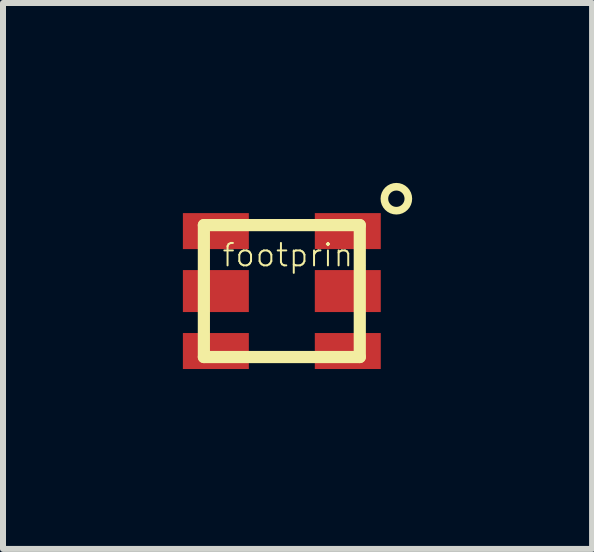
<source format=kicad_pcb>
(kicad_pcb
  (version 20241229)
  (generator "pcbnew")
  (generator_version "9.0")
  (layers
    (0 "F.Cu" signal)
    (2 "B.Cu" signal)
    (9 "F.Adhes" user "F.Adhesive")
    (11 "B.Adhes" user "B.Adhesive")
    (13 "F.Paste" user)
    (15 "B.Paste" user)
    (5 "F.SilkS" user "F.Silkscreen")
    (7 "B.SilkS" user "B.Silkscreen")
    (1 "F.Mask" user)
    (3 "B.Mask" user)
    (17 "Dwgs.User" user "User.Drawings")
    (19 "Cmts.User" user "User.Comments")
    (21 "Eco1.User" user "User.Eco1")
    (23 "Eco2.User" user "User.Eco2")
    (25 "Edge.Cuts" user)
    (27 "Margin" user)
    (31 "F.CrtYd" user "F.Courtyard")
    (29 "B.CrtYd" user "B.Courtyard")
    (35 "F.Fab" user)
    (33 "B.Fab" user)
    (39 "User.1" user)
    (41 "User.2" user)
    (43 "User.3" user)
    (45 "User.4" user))
  (footprint "footprint"
    (layer "F.Cu")
    (at 1.65 1.804)
    (property "Reference" "footprint" (at -1.016 -0.381 0) (layer "F.SilkS") (effects (font (size 0.374 0.374) (thickness 0.033)) (justify left bottom)))
    (fp_line (start -1.3 -1.1) (end -1.3 1.1) (stroke (width 0.203) (type solid)) (layer "F.SilkS"))
    (fp_line (start -1.3 -1.1) (end 1.3 -1.1) (stroke (width 0.203) (type solid)) (layer "F.SilkS"))
    (fp_line (start -1.3 1.1) (end 1.3 1.1) (stroke (width 0.203) (type solid)) (layer "F.SilkS"))
    (fp_line (start 1.3 -1.1) (end 1.3 1.1) (stroke (width 0.203) (type solid)) (layer "F.SilkS"))
    (fp_circle (center 1.91 -1.54) (end 2.11 -1.54) (stroke (width 0.127) (type solid)) (fill no) (layer "F.SilkS"))
    (pad "P1" smd rect (at 1.1 -1) (size 1.1 0.6) (layers "F.Cu" "F.Mask" "F.Paste"))
    (pad "P2" smd rect (at -1.1 -1) (size 1.1 0.6) (layers "F.Cu" "F.Mask" "F.Paste"))
    (pad "P3" smd rect (at -1.1 0) (size 1.1 0.7) (layers "F.Cu" "F.Mask" "F.Paste"))
    (pad "P4" smd rect (at -1.1 1) (size 1.1 0.6) (layers "F.Cu" "F.Mask" "F.Paste"))
    (pad "P5" smd rect (at 1.1 1) (size 1.1 0.6) (layers "F.Cu" "F.Mask" "F.Paste"))
    (pad "P6" smd rect (at 1.1 0) (size 1.1 0.7) (layers "F.Cu" "F.Mask" "F.Paste")))
  (gr_rect
    (start -3 -3)
    (end 6.824 6.104)
    (stroke (width 0.1) (type default))
    (fill no)
    (layer "Edge.Cuts")))
</source>
